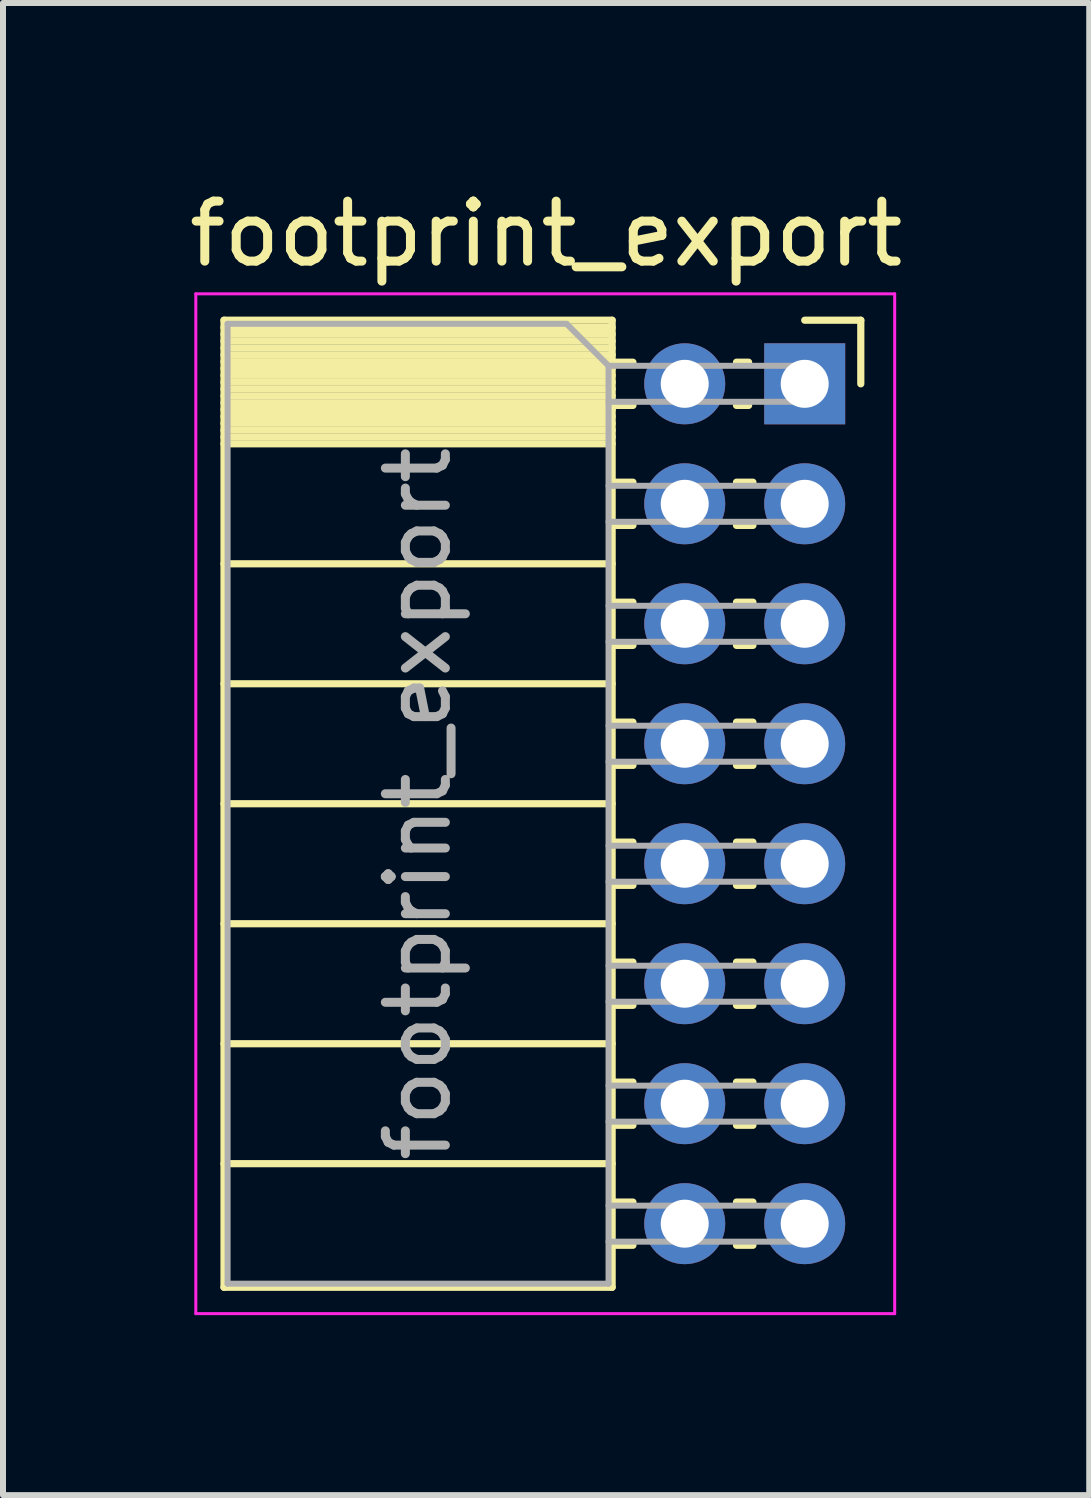
<source format=kicad_pcb>
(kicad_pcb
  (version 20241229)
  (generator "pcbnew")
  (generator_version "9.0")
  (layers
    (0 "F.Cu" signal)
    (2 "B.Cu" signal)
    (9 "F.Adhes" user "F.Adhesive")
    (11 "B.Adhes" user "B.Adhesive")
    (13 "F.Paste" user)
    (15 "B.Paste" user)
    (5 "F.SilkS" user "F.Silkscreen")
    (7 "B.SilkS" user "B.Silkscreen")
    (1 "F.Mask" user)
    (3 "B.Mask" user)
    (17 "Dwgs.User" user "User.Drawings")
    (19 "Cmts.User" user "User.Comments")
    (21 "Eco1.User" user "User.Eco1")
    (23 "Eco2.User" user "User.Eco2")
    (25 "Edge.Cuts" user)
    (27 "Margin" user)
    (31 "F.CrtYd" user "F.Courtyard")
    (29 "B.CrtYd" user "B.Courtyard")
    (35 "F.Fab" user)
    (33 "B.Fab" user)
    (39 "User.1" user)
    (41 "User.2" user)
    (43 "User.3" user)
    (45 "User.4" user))
  (footprint "footprint_export"
    (layer "F.Cu")
    (at 10.364 3.348)
    (property "Reference" "footprint_export" (at -4.31 -2.5 0) (layer "F.SilkS") (effects (font (size 1 1) (thickness 0.15))))
    (attr through_hole)
    (fp_line (start -9.68 -1.06) (end -9.68 15.06) (stroke (width 0.12) (type solid)) (layer "F.SilkS"))
    (fp_line (start -9.68 -1.06) (end -3.21 -1.06) (stroke (width 0.12) (type solid)) (layer "F.SilkS"))
    (fp_line (start -9.68 -0.94) (end -3.21 -0.94) (stroke (width 0.12) (type solid)) (layer "F.SilkS"))
    (fp_line (start -9.68 -0.826) (end -3.21 -0.826) (stroke (width 0.12) (type solid)) (layer "F.SilkS"))
    (fp_line (start -9.68 -0.712) (end -3.21 -0.712) (stroke (width 0.12) (type solid)) (layer "F.SilkS"))
    (fp_line (start -9.68 -0.598) (end -3.21 -0.598) (stroke (width 0.12) (type solid)) (layer "F.SilkS"))
    (fp_line (start -9.68 -0.484) (end -3.21 -0.484) (stroke (width 0.12) (type solid)) (layer "F.SilkS"))
    (fp_line (start -9.68 -0.369) (end -3.21 -0.369) (stroke (width 0.12) (type solid)) (layer "F.SilkS"))
    (fp_line (start -9.68 -0.255) (end -3.21 -0.255) (stroke (width 0.12) (type solid)) (layer "F.SilkS"))
    (fp_line (start -9.68 -0.141) (end -3.21 -0.141) (stroke (width 0.12) (type solid)) (layer "F.SilkS"))
    (fp_line (start -9.68 -0.027) (end -3.21 -0.027) (stroke (width 0.12) (type solid)) (layer "F.SilkS"))
    (fp_line (start -9.68 0.087) (end -3.21 0.087) (stroke (width 0.12) (type solid)) (layer "F.SilkS"))
    (fp_line (start -9.68 0.201) (end -3.21 0.201) (stroke (width 0.12) (type solid)) (layer "F.SilkS"))
    (fp_line (start -9.68 0.315) (end -3.21 0.315) (stroke (width 0.12) (type solid)) (layer "F.SilkS"))
    (fp_line (start -9.68 0.429) (end -3.21 0.429) (stroke (width 0.12) (type solid)) (layer "F.SilkS"))
    (fp_line (start -9.68 0.544) (end -3.21 0.544) (stroke (width 0.12) (type solid)) (layer "F.SilkS"))
    (fp_line (start -9.68 0.658) (end -3.21 0.658) (stroke (width 0.12) (type solid)) (layer "F.SilkS"))
    (fp_line (start -9.68 0.772) (end -3.21 0.772) (stroke (width 0.12) (type solid)) (layer "F.SilkS"))
    (fp_line (start -9.68 0.886) (end -3.21 0.886) (stroke (width 0.12) (type solid)) (layer "F.SilkS"))
    (fp_line (start -9.68 1) (end -3.21 1) (stroke (width 0.12) (type solid)) (layer "F.SilkS"))
    (fp_line (start -9.68 3) (end -3.21 3) (stroke (width 0.12) (type solid)) (layer "F.SilkS"))
    (fp_line (start -9.68 5) (end -3.21 5) (stroke (width 0.12) (type solid)) (layer "F.SilkS"))
    (fp_line (start -9.68 7) (end -3.21 7) (stroke (width 0.12) (type solid)) (layer "F.SilkS"))
    (fp_line (start -9.68 9) (end -3.21 9) (stroke (width 0.12) (type solid)) (layer "F.SilkS"))
    (fp_line (start -9.68 11) (end -3.21 11) (stroke (width 0.12) (type solid)) (layer "F.SilkS"))
    (fp_line (start -9.68 13) (end -3.21 13) (stroke (width 0.12) (type solid)) (layer "F.SilkS"))
    (fp_line (start -9.68 15.06) (end -3.21 15.06) (stroke (width 0.12) (type solid)) (layer "F.SilkS"))
    (fp_line (start -3.21 -1.06) (end -3.21 15.06) (stroke (width 0.12) (type solid)) (layer "F.SilkS"))
    (fp_line (start -3.21 -0.36) (end -2.863 -0.36) (stroke (width 0.12) (type solid)) (layer "F.SilkS"))
    (fp_line (start -3.21 0.36) (end -2.863 0.36) (stroke (width 0.12) (type solid)) (layer "F.SilkS"))
    (fp_line (start -3.21 1.64) (end -2.863 1.64) (stroke (width 0.12) (type solid)) (layer "F.SilkS"))
    (fp_line (start -3.21 2.36) (end -2.863 2.36) (stroke (width 0.12) (type solid)) (layer "F.SilkS"))
    (fp_line (start -3.21 3.64) (end -2.863 3.64) (stroke (width 0.12) (type solid)) (layer "F.SilkS"))
    (fp_line (start -3.21 4.36) (end -2.863 4.36) (stroke (width 0.12) (type solid)) (layer "F.SilkS"))
    (fp_line (start -3.21 5.64) (end -2.863 5.64) (stroke (width 0.12) (type solid)) (layer "F.SilkS"))
    (fp_line (start -3.21 6.36) (end -2.863 6.36) (stroke (width 0.12) (type solid)) (layer "F.SilkS"))
    (fp_line (start -3.21 7.64) (end -2.863 7.64) (stroke (width 0.12) (type solid)) (layer "F.SilkS"))
    (fp_line (start -3.21 8.36) (end -2.863 8.36) (stroke (width 0.12) (type solid)) (layer "F.SilkS"))
    (fp_line (start -3.21 9.64) (end -2.863 9.64) (stroke (width 0.12) (type solid)) (layer "F.SilkS"))
    (fp_line (start -3.21 10.36) (end -2.863 10.36) (stroke (width 0.12) (type solid)) (layer "F.SilkS"))
    (fp_line (start -3.21 11.64) (end -2.863 11.64) (stroke (width 0.12) (type solid)) (layer "F.SilkS"))
    (fp_line (start -3.21 12.36) (end -2.863 12.36) (stroke (width 0.12) (type solid)) (layer "F.SilkS"))
    (fp_line (start -3.21 13.64) (end -2.863 13.64) (stroke (width 0.12) (type solid)) (layer "F.SilkS"))
    (fp_line (start -3.21 14.36) (end -2.863 14.36) (stroke (width 0.12) (type solid)) (layer "F.SilkS"))
    (fp_line (start -1.137 -0.36) (end -0.935 -0.36) (stroke (width 0.12) (type solid)) (layer "F.SilkS"))
    (fp_line (start -1.137 0.36) (end -0.935 0.36) (stroke (width 0.12) (type solid)) (layer "F.SilkS"))
    (fp_line (start -1.137 1.64) (end -0.863 1.64) (stroke (width 0.12) (type solid)) (layer "F.SilkS"))
    (fp_line (start -1.137 2.36) (end -0.863 2.36) (stroke (width 0.12) (type solid)) (layer "F.SilkS"))
    (fp_line (start -1.137 3.64) (end -0.863 3.64) (stroke (width 0.12) (type solid)) (layer "F.SilkS"))
    (fp_line (start -1.137 4.36) (end -0.863 4.36) (stroke (width 0.12) (type solid)) (layer "F.SilkS"))
    (fp_line (start -1.137 5.64) (end -0.863 5.64) (stroke (width 0.12) (type solid)) (layer "F.SilkS"))
    (fp_line (start -1.137 6.36) (end -0.863 6.36) (stroke (width 0.12) (type solid)) (layer "F.SilkS"))
    (fp_line (start -1.137 7.64) (end -0.863 7.64) (stroke (width 0.12) (type solid)) (layer "F.SilkS"))
    (fp_line (start -1.137 8.36) (end -0.863 8.36) (stroke (width 0.12) (type solid)) (layer "F.SilkS"))
    (fp_line (start -1.137 9.64) (end -0.863 9.64) (stroke (width 0.12) (type solid)) (layer "F.SilkS"))
    (fp_line (start -1.137 10.36) (end -0.863 10.36) (stroke (width 0.12) (type solid)) (layer "F.SilkS"))
    (fp_line (start -1.137 11.64) (end -0.863 11.64) (stroke (width 0.12) (type solid)) (layer "F.SilkS"))
    (fp_line (start -1.137 12.36) (end -0.863 12.36) (stroke (width 0.12) (type solid)) (layer "F.SilkS"))
    (fp_line (start -1.137 13.64) (end -0.863 13.64) (stroke (width 0.12) (type solid)) (layer "F.SilkS"))
    (fp_line (start -1.137 14.36) (end -0.863 14.36) (stroke (width 0.12) (type solid)) (layer "F.SilkS"))
    (fp_line (start 0 -1.06) (end 0.935 -1.06) (stroke (width 0.12) (type solid)) (layer "F.SilkS"))
    (fp_line (start 0.935 -1.06) (end 0.935 0) (stroke (width 0.12) (type solid)) (layer "F.SilkS"))
    (fp_line (start -10.15 -1.5) (end -10.15 15.5) (stroke (width 0.05) (type solid)) (layer "F.CrtYd"))
    (fp_line (start -10.15 15.5) (end 1.5 15.5) (stroke (width 0.05) (type solid)) (layer "F.CrtYd"))
    (fp_line (start 1.5 -1.5) (end -10.15 -1.5) (stroke (width 0.05) (type solid)) (layer "F.CrtYd"))
    (fp_line (start 1.5 15.5) (end 1.5 -1.5) (stroke (width 0.05) (type solid)) (layer "F.CrtYd"))
    (fp_line (start -9.62 -1) (end -3.97 -1) (stroke (width 0.1) (type solid)) (layer "F.Fab"))
    (fp_line (start -9.62 15) (end -9.62 -1) (stroke (width 0.1) (type solid)) (layer "F.Fab"))
    (fp_line (start -3.97 -1) (end -3.27 -0.3) (stroke (width 0.1) (type solid)) (layer "F.Fab"))
    (fp_line (start -3.27 -0.3) (end -3.27 15) (stroke (width 0.1) (type solid)) (layer "F.Fab"))
    (fp_line (start -3.27 0.3) (end 0 0.3) (stroke (width 0.1) (type solid)) (layer "F.Fab"))
    (fp_line (start -3.27 2.3) (end 0 2.3) (stroke (width 0.1) (type solid)) (layer "F.Fab"))
    (fp_line (start -3.27 4.3) (end 0 4.3) (stroke (width 0.1) (type solid)) (layer "F.Fab"))
    (fp_line (start -3.27 6.3) (end 0 6.3) (stroke (width 0.1) (type solid)) (layer "F.Fab"))
    (fp_line (start -3.27 8.3) (end 0 8.3) (stroke (width 0.1) (type solid)) (layer "F.Fab"))
    (fp_line (start -3.27 10.3) (end 0 10.3) (stroke (width 0.1) (type solid)) (layer "F.Fab"))
    (fp_line (start -3.27 12.3) (end 0 12.3) (stroke (width 0.1) (type solid)) (layer "F.Fab"))
    (fp_line (start -3.27 14.3) (end 0 14.3) (stroke (width 0.1) (type solid)) (layer "F.Fab"))
    (fp_line (start -3.27 15) (end -9.62 15) (stroke (width 0.1) (type solid)) (layer "F.Fab"))
    (fp_line (start 0 -0.3) (end -3.27 -0.3) (stroke (width 0.1) (type solid)) (layer "F.Fab"))
    (fp_line (start 0 0.3) (end 0 -0.3) (stroke (width 0.1) (type solid)) (layer "F.Fab"))
    (fp_line (start 0 1.7) (end -3.27 1.7) (stroke (width 0.1) (type solid)) (layer "F.Fab"))
    (fp_line (start 0 2.3) (end 0 1.7) (stroke (width 0.1) (type solid)) (layer "F.Fab"))
    (fp_line (start 0 3.7) (end -3.27 3.7) (stroke (width 0.1) (type solid)) (layer "F.Fab"))
    (fp_line (start 0 4.3) (end 0 3.7) (stroke (width 0.1) (type solid)) (layer "F.Fab"))
    (fp_line (start 0 5.7) (end -3.27 5.7) (stroke (width 0.1) (type solid)) (layer "F.Fab"))
    (fp_line (start 0 6.3) (end 0 5.7) (stroke (width 0.1) (type solid)) (layer "F.Fab"))
    (fp_line (start 0 7.7) (end -3.27 7.7) (stroke (width 0.1) (type solid)) (layer "F.Fab"))
    (fp_line (start 0 8.3) (end 0 7.7) (stroke (width 0.1) (type solid)) (layer "F.Fab"))
    (fp_line (start 0 9.7) (end -3.27 9.7) (stroke (width 0.1) (type solid)) (layer "F.Fab"))
    (fp_line (start 0 10.3) (end 0 9.7) (stroke (width 0.1) (type solid)) (layer "F.Fab"))
    (fp_line (start 0 11.7) (end -3.27 11.7) (stroke (width 0.1) (type solid)) (layer "F.Fab"))
    (fp_line (start 0 12.3) (end 0 11.7) (stroke (width 0.1) (type solid)) (layer "F.Fab"))
    (fp_line (start 0 13.7) (end -3.27 13.7) (stroke (width 0.1) (type solid)) (layer "F.Fab"))
    (fp_line (start 0 14.3) (end 0 13.7) (stroke (width 0.1) (type solid)) (layer "F.Fab"))
    (fp_text user "${REFERENCE}" (at -6.445 7 90) (layer "F.Fab") (effects (font (size 1 1) (thickness 0.15))))
    (pad "1" thru_hole rect (at 0 0) (size 1.35 1.35) (drill 0.8) (layers "*.Cu" "*.Mask"))
    (pad "2" thru_hole oval (at -2 0) (size 1.35 1.35) (drill 0.8) (layers "*.Cu" "*.Mask"))
    (pad "3" thru_hole oval (at 0 2) (size 1.35 1.35) (drill 0.8) (layers "*.Cu" "*.Mask"))
    (pad "4" thru_hole oval (at -2 2) (size 1.35 1.35) (drill 0.8) (layers "*.Cu" "*.Mask"))
    (pad "5" thru_hole oval (at 0 4) (size 1.35 1.35) (drill 0.8) (layers "*.Cu" "*.Mask"))
    (pad "6" thru_hole oval (at -2 4) (size 1.35 1.35) (drill 0.8) (layers "*.Cu" "*.Mask"))
    (pad "7" thru_hole oval (at 0 6) (size 1.35 1.35) (drill 0.8) (layers "*.Cu" "*.Mask"))
    (pad "8" thru_hole oval (at -2 6) (size 1.35 1.35) (drill 0.8) (layers "*.Cu" "*.Mask"))
    (pad "9" thru_hole oval (at 0 8) (size 1.35 1.35) (drill 0.8) (layers "*.Cu" "*.Mask"))
    (pad "10" thru_hole oval (at -2 8) (size 1.35 1.35) (drill 0.8) (layers "*.Cu" "*.Mask"))
    (pad "11" thru_hole oval (at 0 10) (size 1.35 1.35) (drill 0.8) (layers "*.Cu" "*.Mask"))
    (pad "12" thru_hole oval (at -2 10) (size 1.35 1.35) (drill 0.8) (layers "*.Cu" "*.Mask"))
    (pad "13" thru_hole oval (at 0 12) (size 1.35 1.35) (drill 0.8) (layers "*.Cu" "*.Mask"))
    (pad "14" thru_hole oval (at -2 12) (size 1.35 1.35) (drill 0.8) (layers "*.Cu" "*.Mask"))
    (pad "15" thru_hole oval (at 0 14) (size 1.35 1.35) (drill 0.8) (layers "*.Cu" "*.Mask"))
    (pad "16" thru_hole oval (at -2 14) (size 1.35 1.35) (drill 0.8) (layers "*.Cu" "*.Mask")))
  (gr_rect
    (start -3 -3)
    (end 15.107 21.873)
    (stroke (width 0.1) (type default))
    (fill no)
    (layer "Edge.Cuts")))
</source>
